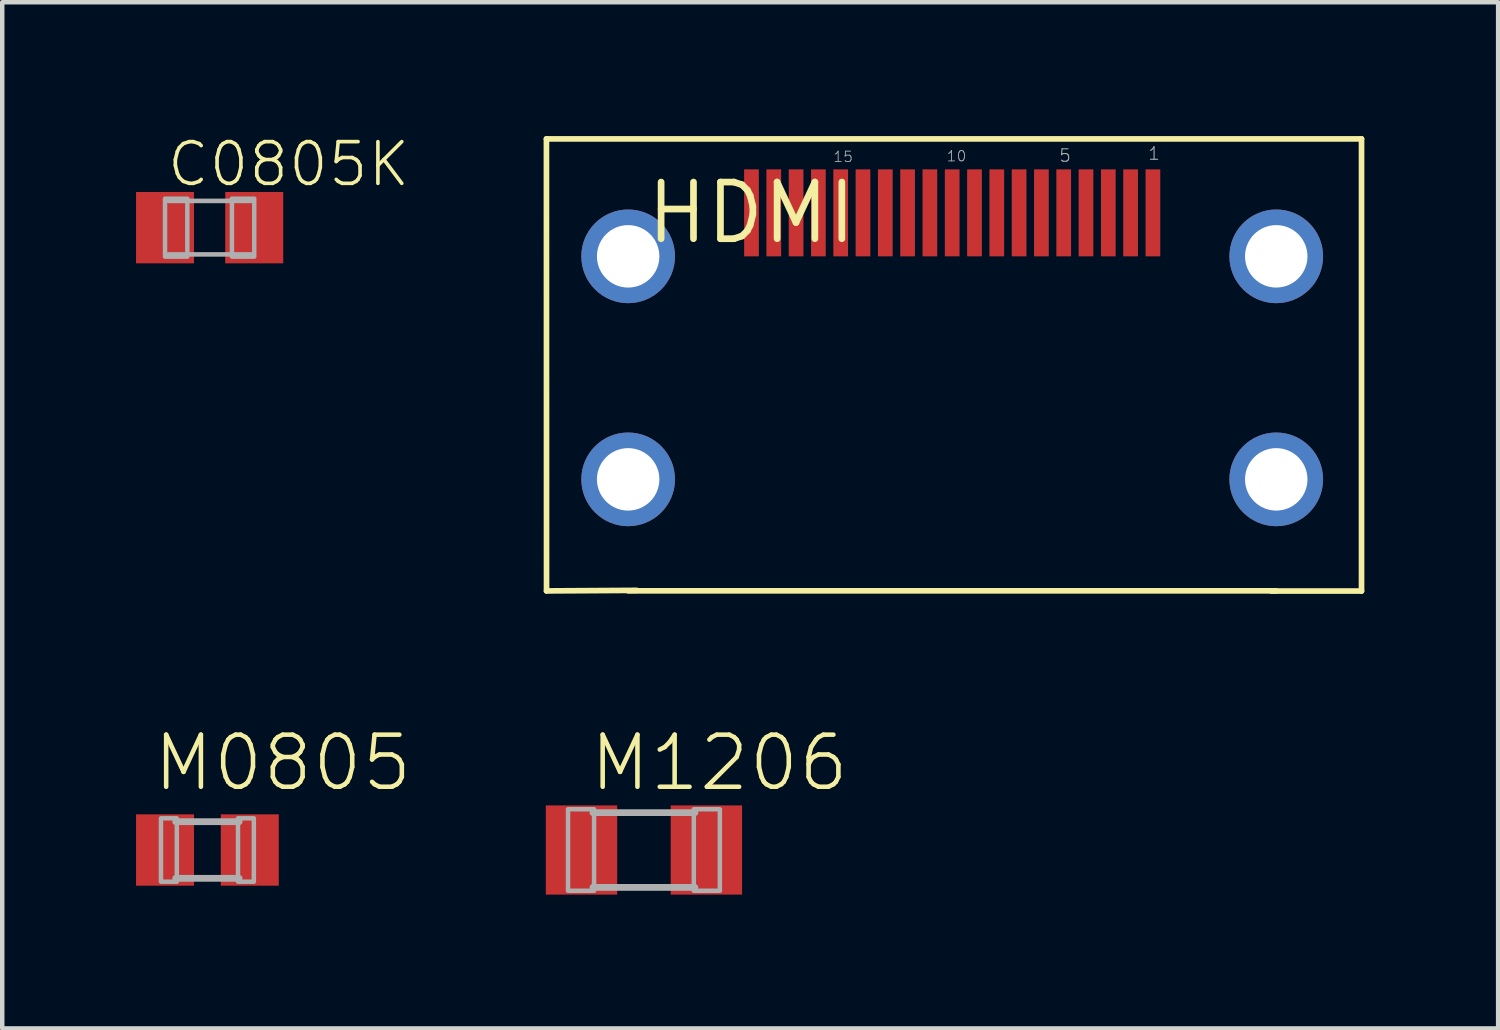
<source format=kicad_pcb>
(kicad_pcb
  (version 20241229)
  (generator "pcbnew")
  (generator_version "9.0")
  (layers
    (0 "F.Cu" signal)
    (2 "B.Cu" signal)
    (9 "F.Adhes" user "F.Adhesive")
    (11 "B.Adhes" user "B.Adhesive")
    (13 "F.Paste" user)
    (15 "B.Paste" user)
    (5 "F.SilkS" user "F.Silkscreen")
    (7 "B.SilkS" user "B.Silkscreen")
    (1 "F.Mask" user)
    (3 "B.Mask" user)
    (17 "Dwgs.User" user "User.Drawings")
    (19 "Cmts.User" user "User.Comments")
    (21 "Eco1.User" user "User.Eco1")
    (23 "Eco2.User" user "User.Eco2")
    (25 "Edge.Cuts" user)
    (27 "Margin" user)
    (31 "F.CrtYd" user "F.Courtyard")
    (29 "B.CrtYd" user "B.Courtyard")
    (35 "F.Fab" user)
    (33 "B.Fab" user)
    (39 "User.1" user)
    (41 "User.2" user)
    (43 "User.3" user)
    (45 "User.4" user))
  (footprint "M0805"
    (layer "F.Cu")
    (at 1.6 16.007)
    (property "Reference" "M0805" (at -1.27 -1.27 0) (layer "F.SilkS") (effects (font (size 1.168 1.168) (thickness 0.102)) (justify left bottom)))
    (fp_line (start 0.711 -0.635) (end -0.711 -0.635) (stroke (width 0.152) (type solid)) (layer "F.Fab"))
    (fp_line (start 0.711 0.635) (end -0.711 0.635) (stroke (width 0.152) (type solid)) (layer "F.Fab"))
    (fp_poly (pts (xy -1.041 0.711) (xy -0.686 0.711) (xy -0.686 -0.711) (xy -1.041 -0.711)) (stroke (width 0.1) (type default)) (fill no) (layer "F.Fab"))
    (fp_poly (pts (xy 0.686 0.711) (xy 1.041 0.711) (xy 1.041 -0.711) (xy 0.686 -0.711)) (stroke (width 0.1) (type default)) (fill no) (layer "F.Fab"))
    (pad "1" smd rect (at -0.95 0) (size 1.3 1.6) (layers "F.Cu" "F.Mask" "F.Paste"))
    (pad "2" smd rect (at 0.95 0) (size 1.3 1.6) (layers "F.Cu" "F.Mask" "F.Paste")))
  (footprint "M1206"
    (layer "F.Cu")
    (at 11.387 16.007)
    (property "Reference" "M1206" (at -1.27 -1.27 0) (layer "F.SilkS") (effects (font (size 1.168 1.168) (thickness 0.102)) (justify left bottom)))
    (fp_line (start 1.143 -0.838) (end -1.143 -0.838) (stroke (width 0.152) (type solid)) (layer "F.Fab"))
    (fp_line (start 1.143 0.838) (end -1.143 0.838) (stroke (width 0.152) (type solid)) (layer "F.Fab"))
    (fp_poly (pts (xy -1.702 0.914) (xy -1.118 0.914) (xy -1.118 -0.914) (xy -1.702 -0.914)) (stroke (width 0.1) (type default)) (fill no) (layer "F.Fab"))
    (fp_poly (pts (xy 1.118 0.914) (xy 1.702 0.914) (xy 1.702 -0.914) (xy 1.118 -0.914)) (stroke (width 0.1) (type default)) (fill no) (layer "F.Fab"))
    (pad "1" smd rect (at -1.4 0) (size 1.6 2) (layers "F.Cu" "F.Mask" "F.Paste"))
    (pad "2" smd rect (at 1.4 0) (size 1.6 2) (layers "F.Cu" "F.Mask" "F.Paste")))
  (footprint "HDMI"
    (layer "F.Cu")
    (at 13.798 1.722)
    (property "Reference" "HDMI" (at 0 0 0) (layer "F.SilkS") (effects (font (size 1.27 1.27) (thickness 0.15))))
    (fp_line (start -4.597 -1.658) (end -4.595 8.476) (stroke (width 0.127) (type solid)) (layer "F.SilkS"))
    (fp_line (start -4.595 8.476) (end -2.573 8.464) (stroke (width 0.127) (type solid)) (layer "F.SilkS"))
    (fp_line (start -2.765 8.475) (end 11.765 8.475) (stroke (width 0.127) (type solid)) (layer "F.SilkS"))
    (fp_line (start 11.651 8.479) (end 13.677 8.479) (stroke (width 0.127) (type solid)) (layer "F.SilkS"))
    (fp_line (start 13.677 -1.658) (end -4.597 -1.658) (stroke (width 0.127) (type solid)) (layer "F.SilkS"))
    (fp_line (start 13.677 8.479) (end 13.677 -1.658) (stroke (width 0.127) (type solid)) (layer "F.SilkS"))
    (fp_text user "5" (at 6.881 -1.121 0) (layer "F.Fab") (effects (font (size 0.28 0.28) (thickness 0.024)) (justify left bottom)))
    (fp_text user "1" (at 8.877 -1.166 0) (layer "F.Fab") (effects (font (size 0.28 0.28) (thickness 0.024)) (justify left bottom)))
    (fp_text user "15" (at 1.819 -1.12 0) (layer "F.Fab") (effects (font (size 0.234 0.234) (thickness 0.02)) (justify left bottom)))
    (fp_text user "10" (at 4.361 -1.135 0) (layer "F.Fab") (effects (font (size 0.234 0.234) (thickness 0.02)) (justify left bottom)))
    (pad "P$1" smd rect (at 0 0 90) (size 1.95 0.33) (layers "F.Cu" "F.Mask" "F.Paste"))
    (pad "P$2" smd rect (at 0.5 0 90) (size 1.95 0.33) (layers "F.Cu" "F.Mask" "F.Paste"))
    (pad "P$3" smd rect (at 1 0 90) (size 1.95 0.33) (layers "F.Cu" "F.Mask" "F.Paste"))
    (pad "P$4" smd rect (at 1.5 0 90) (size 1.95 0.33) (layers "F.Cu" "F.Mask" "F.Paste"))
    (pad "P$5" smd rect (at 2 0 90) (size 1.95 0.33) (layers "F.Cu" "F.Mask" "F.Paste"))
    (pad "P$6" smd rect (at 2.5 0 90) (size 1.95 0.33) (layers "F.Cu" "F.Mask" "F.Paste"))
    (pad "P$7" smd rect (at 3 0 90) (size 1.95 0.33) (layers "F.Cu" "F.Mask" "F.Paste"))
    (pad "P$8" smd rect (at 3.5 0 90) (size 1.95 0.33) (layers "F.Cu" "F.Mask" "F.Paste"))
    (pad "P$9" smd rect (at 4 0 90) (size 1.95 0.33) (layers "F.Cu" "F.Mask" "F.Paste"))
    (pad "P$10" smd rect (at 4.5 0 90) (size 1.95 0.33) (layers "F.Cu" "F.Mask" "F.Paste"))
    (pad "P$11" smd rect (at 5 0 90) (size 1.95 0.33) (layers "F.Cu" "F.Mask" "F.Paste"))
    (pad "P$12" smd rect (at 5.5 0 90) (size 1.95 0.33) (layers "F.Cu" "F.Mask" "F.Paste"))
    (pad "P$13" smd rect (at 6 0 90) (size 1.95 0.33) (layers "F.Cu" "F.Mask" "F.Paste"))
    (pad "P$14" smd rect (at 6.5 0 90) (size 1.95 0.33) (layers "F.Cu" "F.Mask" "F.Paste"))
    (pad "P$15" smd rect (at 7 0 90) (size 1.95 0.33) (layers "F.Cu" "F.Mask" "F.Paste"))
    (pad "P$16" smd rect (at 7.5 0 90) (size 1.95 0.33) (layers "F.Cu" "F.Mask" "F.Paste"))
    (pad "P$17" smd rect (at 8 0 90) (size 1.95 0.33) (layers "F.Cu" "F.Mask" "F.Paste"))
    (pad "P$18" smd rect (at 8.5 0 90) (size 1.95 0.33) (layers "F.Cu" "F.Mask" "F.Paste"))
    (pad "P$19" smd rect (at 9 0 90) (size 1.95 0.33) (layers "F.Cu" "F.Mask" "F.Paste"))
    (pad "P$20" thru_hole circle (at -2.765 0.975) (size 2.1 2.1) (drill 1.4) (layers "*.Cu" "*.Mask"))
    (pad "P$21" thru_hole circle (at -2.765 5.975) (size 2.1 2.1) (drill 1.4) (layers "*.Cu" "*.Mask"))
    (pad "P$22" thru_hole circle (at 11.765 5.975) (size 2.1 2.1) (drill 1.4) (layers "*.Cu" "*.Mask"))
    (pad "P$23" thru_hole circle (at 11.765 0.975) (size 2.1 2.1) (drill 1.4) (layers "*.Cu" "*.Mask")))
  (footprint "C0805K"
    (layer "F.Cu")
    (at 1.65 2.054)
    (property "Reference" "C0805K" (at -1 -0.875 0) (layer "F.SilkS") (effects (font (size 0.935 0.935) (thickness 0.081)) (justify left bottom)))
    (fp_line (start -0.925 -0.6) (end 0.925 -0.6) (stroke (width 0.102) (type solid)) (layer "F.Fab"))
    (fp_line (start 0.925 0.6) (end -0.925 0.6) (stroke (width 0.102) (type solid)) (layer "F.Fab"))
    (fp_poly (pts (xy -1 0.65) (xy -0.5 0.65) (xy -0.5 -0.65) (xy -1 -0.65)) (stroke (width 0.1) (type default)) (fill no) (layer "F.Fab"))
    (fp_poly (pts (xy 0.5 0.65) (xy 1 0.65) (xy 1 -0.65) (xy 0.5 -0.65)) (stroke (width 0.1) (type default)) (fill no) (layer "F.Fab"))
    (pad "1" smd rect (at -1 0) (size 1.3 1.6) (layers "F.Cu" "F.Mask" "F.Paste"))
    (pad "2" smd rect (at 1 0) (size 1.3 1.6) (layers "F.Cu" "F.Mask" "F.Paste")))
  (gr_rect
    (start -3 -3)
    (end 30.538 20.007)
    (stroke (width 0.1) (type default))
    (fill no)
    (layer "Edge.Cuts")))
</source>
